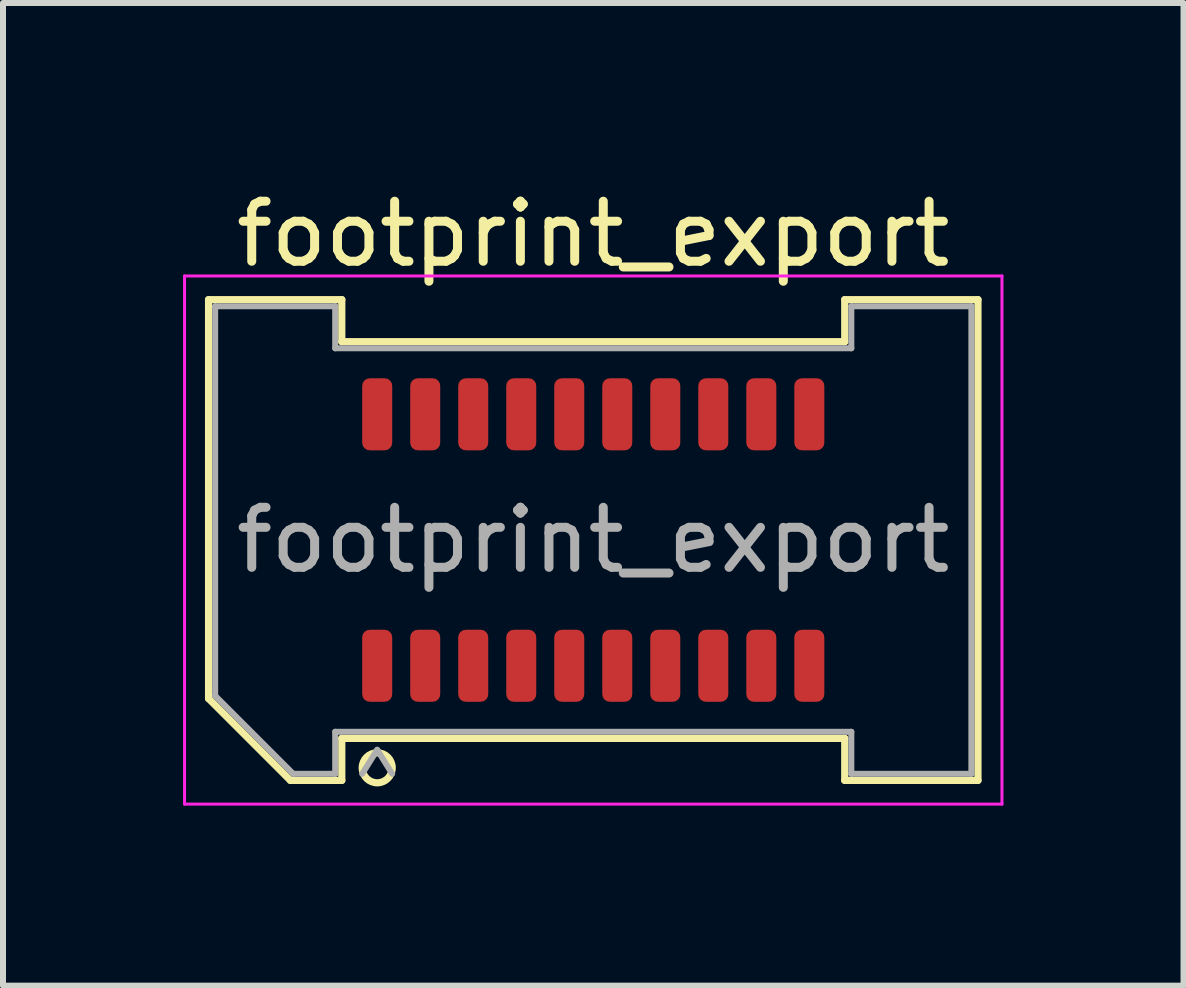
<source format=kicad_pcb>
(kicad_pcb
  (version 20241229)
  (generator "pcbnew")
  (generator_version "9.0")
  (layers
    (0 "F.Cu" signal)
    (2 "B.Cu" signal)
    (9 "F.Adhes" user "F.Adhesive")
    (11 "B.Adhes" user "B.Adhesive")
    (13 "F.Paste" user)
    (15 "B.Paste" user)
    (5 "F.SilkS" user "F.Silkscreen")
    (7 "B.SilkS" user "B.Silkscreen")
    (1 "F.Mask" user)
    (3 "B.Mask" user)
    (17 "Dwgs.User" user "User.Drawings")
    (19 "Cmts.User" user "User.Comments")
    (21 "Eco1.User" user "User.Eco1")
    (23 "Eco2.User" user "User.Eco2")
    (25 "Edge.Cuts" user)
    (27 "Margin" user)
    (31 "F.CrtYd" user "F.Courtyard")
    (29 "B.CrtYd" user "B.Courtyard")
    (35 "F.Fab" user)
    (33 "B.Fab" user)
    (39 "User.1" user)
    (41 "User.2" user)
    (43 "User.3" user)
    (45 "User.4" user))
  (footprint "footprint_export"
    (layer "F.Cu")
    (at 6.835 5.948)
    (property "Reference" "footprint_export" (at 0 -5.1 0) (layer "F.SilkS") (effects (font (size 1 1) (thickness 0.15))))
    (attr smd)
    (fp_line (start -6.41 -4.005) (end -4.19 -4.005) (stroke (width 0.12) (type solid)) (layer "F.SilkS"))
    (fp_line (start -6.41 2.641) (end -6.41 -4.005) (stroke (width 0.12) (type solid)) (layer "F.SilkS"))
    (fp_line (start -5.046 4.005) (end -6.41 2.641) (stroke (width 0.12) (type solid)) (layer "F.SilkS"))
    (fp_line (start -4.19 -4.005) (end -4.19 -3.305) (stroke (width 0.12) (type solid)) (layer "F.SilkS"))
    (fp_line (start -4.19 -3.305) (end 4.19 -3.305) (stroke (width 0.12) (type solid)) (layer "F.SilkS"))
    (fp_line (start -4.19 3.305) (end -4.19 4.005) (stroke (width 0.12) (type solid)) (layer "F.SilkS"))
    (fp_line (start -4.19 4.005) (end -5.046 4.005) (stroke (width 0.12) (type solid)) (layer "F.SilkS"))
    (fp_line (start 4.19 -4.005) (end 6.41 -4.005) (stroke (width 0.12) (type solid)) (layer "F.SilkS"))
    (fp_line (start 4.19 -3.305) (end 4.19 -4.005) (stroke (width 0.12) (type solid)) (layer "F.SilkS"))
    (fp_line (start 4.19 3.305) (end -4.19 3.305) (stroke (width 0.12) (type solid)) (layer "F.SilkS"))
    (fp_line (start 4.19 4.005) (end 4.19 3.305) (stroke (width 0.12) (type solid)) (layer "F.SilkS"))
    (fp_line (start 6.41 -4.005) (end 6.41 4.005) (stroke (width 0.12) (type solid)) (layer "F.SilkS"))
    (fp_line (start 6.41 4.005) (end 4.19 4.005) (stroke (width 0.12) (type solid)) (layer "F.SilkS"))
    (fp_arc (start -3.35 3.795) (mid -3.85 3.795) (end -3.35 3.795) (stroke (width 0.12) (type solid)) (layer "F.SilkS"))
    (fp_line (start -6.81 -4.4) (end -6.81 4.4) (stroke (width 0.05) (type solid)) (layer "F.CrtYd"))
    (fp_line (start -6.81 4.4) (end 6.81 4.4) (stroke (width 0.05) (type solid)) (layer "F.CrtYd"))
    (fp_line (start 6.81 -4.4) (end -6.81 -4.4) (stroke (width 0.05) (type solid)) (layer "F.CrtYd"))
    (fp_line (start 6.81 4.4) (end 6.81 -4.4) (stroke (width 0.05) (type solid)) (layer "F.CrtYd"))
    (fp_line (start -6.3 -3.895) (end -4.3 -3.895) (stroke (width 0.1) (type solid)) (layer "F.Fab"))
    (fp_line (start -6.3 2.595) (end -6.3 -3.895) (stroke (width 0.1) (type solid)) (layer "F.Fab"))
    (fp_line (start -5 3.895) (end -6.3 2.595) (stroke (width 0.1) (type solid)) (layer "F.Fab"))
    (fp_line (start -4.3 -3.895) (end -4.3 -3.195) (stroke (width 0.1) (type solid)) (layer "F.Fab"))
    (fp_line (start -4.3 -3.195) (end 4.3 -3.195) (stroke (width 0.1) (type solid)) (layer "F.Fab"))
    (fp_line (start -4.3 3.195) (end -4.3 3.895) (stroke (width 0.1) (type solid)) (layer "F.Fab"))
    (fp_line (start -4.3 3.895) (end -5 3.895) (stroke (width 0.1) (type solid)) (layer "F.Fab"))
    (fp_line (start -3.6 3.495) (end -3.85 3.895) (stroke (width 0.1) (type solid)) (layer "F.Fab"))
    (fp_line (start -3.6 3.495) (end -3.35 3.895) (stroke (width 0.1) (type solid)) (layer "F.Fab"))
    (fp_line (start 4.3 -3.895) (end 6.3 -3.895) (stroke (width 0.1) (type solid)) (layer "F.Fab"))
    (fp_line (start 4.3 -3.195) (end 4.3 -3.895) (stroke (width 0.1) (type solid)) (layer "F.Fab"))
    (fp_line (start 4.3 3.195) (end -4.3 3.195) (stroke (width 0.1) (type solid)) (layer "F.Fab"))
    (fp_line (start 4.3 3.895) (end 4.3 3.195) (stroke (width 0.1) (type solid)) (layer "F.Fab"))
    (fp_line (start 6.3 -3.895) (end 6.3 3.895) (stroke (width 0.1) (type solid)) (layer "F.Fab"))
    (fp_line (start 6.3 3.895) (end 4.3 3.895) (stroke (width 0.1) (type solid)) (layer "F.Fab"))
    (fp_text user "${REFERENCE}" (at 0 0 0) (layer "F.Fab") (effects (font (size 1 1) (thickness 0.15))))
    (pad "1" smd roundrect (at -3.6 2.095) (size 0.5 1.2) (layers "F.Cu" "F.Mask" "F.Paste") (roundrect_rratio 0.25))
    (pad "2" smd roundrect (at -3.6 -2.095) (size 0.5 1.2) (layers "F.Cu" "F.Mask" "F.Paste") (roundrect_rratio 0.25))
    (pad "3" smd roundrect (at -2.8 2.095) (size 0.5 1.2) (layers "F.Cu" "F.Mask" "F.Paste") (roundrect_rratio 0.25))
    (pad "4" smd roundrect (at -2.8 -2.095) (size 0.5 1.2) (layers "F.Cu" "F.Mask" "F.Paste") (roundrect_rratio 0.25))
    (pad "5" smd roundrect (at -2 2.095) (size 0.5 1.2) (layers "F.Cu" "F.Mask" "F.Paste") (roundrect_rratio 0.25))
    (pad "6" smd roundrect (at -2 -2.095) (size 0.5 1.2) (layers "F.Cu" "F.Mask" "F.Paste") (roundrect_rratio 0.25))
    (pad "7" smd roundrect (at -1.2 2.095) (size 0.5 1.2) (layers "F.Cu" "F.Mask" "F.Paste") (roundrect_rratio 0.25))
    (pad "8" smd roundrect (at -1.2 -2.095) (size 0.5 1.2) (layers "F.Cu" "F.Mask" "F.Paste") (roundrect_rratio 0.25))
    (pad "9" smd roundrect (at -0.4 2.095) (size 0.5 1.2) (layers "F.Cu" "F.Mask" "F.Paste") (roundrect_rratio 0.25))
    (pad "10" smd roundrect (at -0.4 -2.095) (size 0.5 1.2) (layers "F.Cu" "F.Mask" "F.Paste") (roundrect_rratio 0.25))
    (pad "11" smd roundrect (at 0.4 2.095) (size 0.5 1.2) (layers "F.Cu" "F.Mask" "F.Paste") (roundrect_rratio 0.25))
    (pad "12" smd roundrect (at 0.4 -2.095) (size 0.5 1.2) (layers "F.Cu" "F.Mask" "F.Paste") (roundrect_rratio 0.25))
    (pad "13" smd roundrect (at 1.2 2.095) (size 0.5 1.2) (layers "F.Cu" "F.Mask" "F.Paste") (roundrect_rratio 0.25))
    (pad "14" smd roundrect (at 1.2 -2.095) (size 0.5 1.2) (layers "F.Cu" "F.Mask" "F.Paste") (roundrect_rratio 0.25))
    (pad "15" smd roundrect (at 2 2.095) (size 0.5 1.2) (layers "F.Cu" "F.Mask" "F.Paste") (roundrect_rratio 0.25))
    (pad "16" smd roundrect (at 2 -2.095) (size 0.5 1.2) (layers "F.Cu" "F.Mask" "F.Paste") (roundrect_rratio 0.25))
    (pad "17" smd roundrect (at 2.8 2.095) (size 0.5 1.2) (layers "F.Cu" "F.Mask" "F.Paste") (roundrect_rratio 0.25))
    (pad "18" smd roundrect (at 2.8 -2.095) (size 0.5 1.2) (layers "F.Cu" "F.Mask" "F.Paste") (roundrect_rratio 0.25))
    (pad "19" smd roundrect (at 3.6 2.095) (size 0.5 1.2) (layers "F.Cu" "F.Mask" "F.Paste") (roundrect_rratio 0.25))
    (pad "20" smd roundrect (at 3.6 -2.095) (size 0.5 1.2) (layers "F.Cu" "F.Mask" "F.Paste") (roundrect_rratio 0.25)))
  (gr_rect
    (start -3 -3)
    (end 16.67 13.373)
    (stroke (width 0.1) (type default))
    (fill no)
    (layer "Edge.Cuts")))
</source>
